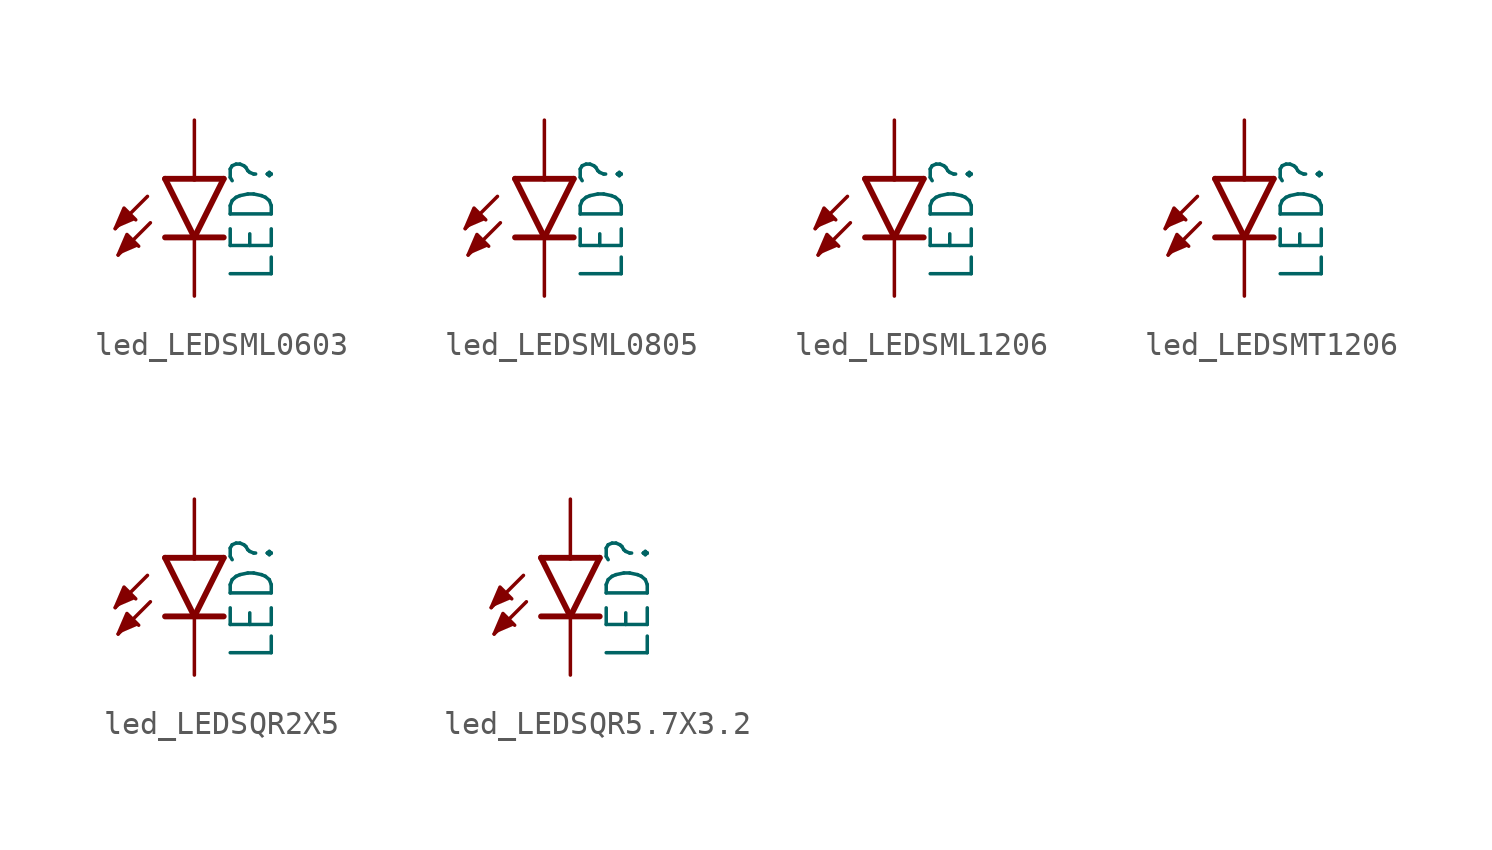
<source format=kicad_sym>
(kicad_symbol_lib
  (version 20231120)
  (generator "kicad_symbol_editor")
  (generator_version "8.0")
  (symbol "led_LEDSML0603"
    (property "Reference" "LED"
      (at 3.556 -4.572 90)
      (effects (font (size 1.778 1.511)) (justify left bottom)))
    (property "Value" ""
      (at 5.715 -4.572 90)
      (effects (font (size 1.778 1.511)) (justify left bottom)))
    (property "ki_locked" ""
      (at 0 0 0)
      (effects (font (size 1.27 1.27))))
    (symbol "led_LEDSML0603_1_0"
      (polyline (pts (xy -2.032 -0.762) (xy -3.429 -2.159)) (stroke (width 0.152) (type solid)) (fill (type none)))
      (polyline (pts (xy -1.905 -1.905) (xy -3.302 -3.302)) (stroke (width 0.152) (type solid)) (fill (type none)))
      (polyline (pts (xy 0 -2.54) (xy -1.27 -2.54)) (stroke (width 0.254) (type solid)) (fill (type none)))
      (polyline (pts (xy 0 -2.54) (xy -1.27 0)) (stroke (width 0.254) (type solid)) (fill (type none)))
      (polyline (pts (xy 0 0) (xy -1.27 0)) (stroke (width 0.254) (type solid)) (fill (type none)))
      (polyline (pts (xy 1.27 -2.54) (xy 0 -2.54)) (stroke (width 0.254) (type solid)) (fill (type none)))
      (polyline (pts (xy 1.27 0) (xy 0 -2.54)) (stroke (width 0.254) (type solid)) (fill (type none)))
      (polyline (pts (xy 1.27 0) (xy 0 0)) (stroke (width 0.254) (type solid)) (fill (type none)))
      (polyline (pts (xy -3.429 -2.159) (xy -3.048 -1.27) (xy -2.54 -1.778)) (stroke (width 0.152) (type solid)) (fill (type outline)))
      (polyline (pts (xy -3.302 -3.302) (xy -2.921 -2.413) (xy -2.413 -2.921)) (stroke (width 0.152) (type solid)) (fill (type outline)))
      (pin passive line (at 0 2.54 270) (length 2.54) (name "A" (effects (font (size 0 0)))) (number "A" (effects (font (size 0 0)))))
      (pin passive line (at 0 -5.08 90) (length 2.54) (name "C" (effects (font (size 0 0)))) (number "C" (effects (font (size 0 0)))))))
  (symbol "led_LEDSML0805"
    (property "Reference" "LED"
      (at 3.556 -4.572 90)
      (effects (font (size 1.778 1.511)) (justify left bottom)))
    (property "Value" ""
      (at 5.715 -4.572 90)
      (effects (font (size 1.778 1.511)) (justify left bottom)))
    (property "ki_locked" ""
      (at 0 0 0)
      (effects (font (size 1.27 1.27))))
    (symbol "led_LEDSML0805_1_0"
      (polyline (pts (xy -2.032 -0.762) (xy -3.429 -2.159)) (stroke (width 0.152) (type solid)) (fill (type none)))
      (polyline (pts (xy -1.905 -1.905) (xy -3.302 -3.302)) (stroke (width 0.152) (type solid)) (fill (type none)))
      (polyline (pts (xy 0 -2.54) (xy -1.27 -2.54)) (stroke (width 0.254) (type solid)) (fill (type none)))
      (polyline (pts (xy 0 -2.54) (xy -1.27 0)) (stroke (width 0.254) (type solid)) (fill (type none)))
      (polyline (pts (xy 0 0) (xy -1.27 0)) (stroke (width 0.254) (type solid)) (fill (type none)))
      (polyline (pts (xy 1.27 -2.54) (xy 0 -2.54)) (stroke (width 0.254) (type solid)) (fill (type none)))
      (polyline (pts (xy 1.27 0) (xy 0 -2.54)) (stroke (width 0.254) (type solid)) (fill (type none)))
      (polyline (pts (xy 1.27 0) (xy 0 0)) (stroke (width 0.254) (type solid)) (fill (type none)))
      (polyline (pts (xy -3.429 -2.159) (xy -3.048 -1.27) (xy -2.54 -1.778)) (stroke (width 0.152) (type solid)) (fill (type outline)))
      (polyline (pts (xy -3.302 -3.302) (xy -2.921 -2.413) (xy -2.413 -2.921)) (stroke (width 0.152) (type solid)) (fill (type outline)))
      (pin passive line (at 0 2.54 270) (length 2.54) (name "A" (effects (font (size 0 0)))) (number "A" (effects (font (size 0 0)))))
      (pin passive line (at 0 -5.08 90) (length 2.54) (name "C" (effects (font (size 0 0)))) (number "C" (effects (font (size 0 0)))))))
  (symbol "led_LEDSML1206"
    (property "Reference" "LED"
      (at 3.556 -4.572 90)
      (effects (font (size 1.778 1.511)) (justify left bottom)))
    (property "Value" ""
      (at 5.715 -4.572 90)
      (effects (font (size 1.778 1.511)) (justify left bottom)))
    (property "ki_locked" ""
      (at 0 0 0)
      (effects (font (size 1.27 1.27))))
    (symbol "led_LEDSML1206_1_0"
      (polyline (pts (xy -2.032 -0.762) (xy -3.429 -2.159)) (stroke (width 0.152) (type solid)) (fill (type none)))
      (polyline (pts (xy -1.905 -1.905) (xy -3.302 -3.302)) (stroke (width 0.152) (type solid)) (fill (type none)))
      (polyline (pts (xy 0 -2.54) (xy -1.27 -2.54)) (stroke (width 0.254) (type solid)) (fill (type none)))
      (polyline (pts (xy 0 -2.54) (xy -1.27 0)) (stroke (width 0.254) (type solid)) (fill (type none)))
      (polyline (pts (xy 0 0) (xy -1.27 0)) (stroke (width 0.254) (type solid)) (fill (type none)))
      (polyline (pts (xy 1.27 -2.54) (xy 0 -2.54)) (stroke (width 0.254) (type solid)) (fill (type none)))
      (polyline (pts (xy 1.27 0) (xy 0 -2.54)) (stroke (width 0.254) (type solid)) (fill (type none)))
      (polyline (pts (xy 1.27 0) (xy 0 0)) (stroke (width 0.254) (type solid)) (fill (type none)))
      (polyline (pts (xy -3.429 -2.159) (xy -3.048 -1.27) (xy -2.54 -1.778)) (stroke (width 0.152) (type solid)) (fill (type outline)))
      (polyline (pts (xy -3.302 -3.302) (xy -2.921 -2.413) (xy -2.413 -2.921)) (stroke (width 0.152) (type solid)) (fill (type outline)))
      (pin passive line (at 0 2.54 270) (length 2.54) (name "A" (effects (font (size 0 0)))) (number "A" (effects (font (size 0 0)))))
      (pin passive line (at 0 -5.08 90) (length 2.54) (name "C" (effects (font (size 0 0)))) (number "C" (effects (font (size 0 0)))))))
  (symbol "led_LEDSMT1206"
    (property "Reference" "LED"
      (at 3.556 -4.572 90)
      (effects (font (size 1.778 1.511)) (justify left bottom)))
    (property "Value" ""
      (at 5.715 -4.572 90)
      (effects (font (size 1.778 1.511)) (justify left bottom)))
    (property "ki_locked" ""
      (at 0 0 0)
      (effects (font (size 1.27 1.27))))
    (symbol "led_LEDSMT1206_1_0"
      (polyline (pts (xy -2.032 -0.762) (xy -3.429 -2.159)) (stroke (width 0.152) (type solid)) (fill (type none)))
      (polyline (pts (xy -1.905 -1.905) (xy -3.302 -3.302)) (stroke (width 0.152) (type solid)) (fill (type none)))
      (polyline (pts (xy 0 -2.54) (xy -1.27 -2.54)) (stroke (width 0.254) (type solid)) (fill (type none)))
      (polyline (pts (xy 0 -2.54) (xy -1.27 0)) (stroke (width 0.254) (type solid)) (fill (type none)))
      (polyline (pts (xy 0 0) (xy -1.27 0)) (stroke (width 0.254) (type solid)) (fill (type none)))
      (polyline (pts (xy 1.27 -2.54) (xy 0 -2.54)) (stroke (width 0.254) (type solid)) (fill (type none)))
      (polyline (pts (xy 1.27 0) (xy 0 -2.54)) (stroke (width 0.254) (type solid)) (fill (type none)))
      (polyline (pts (xy 1.27 0) (xy 0 0)) (stroke (width 0.254) (type solid)) (fill (type none)))
      (polyline (pts (xy -3.429 -2.159) (xy -3.048 -1.27) (xy -2.54 -1.778)) (stroke (width 0.152) (type solid)) (fill (type outline)))
      (polyline (pts (xy -3.302 -3.302) (xy -2.921 -2.413) (xy -2.413 -2.921)) (stroke (width 0.152) (type solid)) (fill (type outline)))
      (pin passive line (at 0 2.54 270) (length 2.54) (name "A" (effects (font (size 0 0)))) (number "A" (effects (font (size 0 0)))))
      (pin passive line (at 0 -5.08 90) (length 2.54) (name "C" (effects (font (size 0 0)))) (number "C" (effects (font (size 0 0)))))))
  (symbol "led_LEDSQR2X5"
    (property "Reference" "LED"
      (at 3.556 -4.572 90)
      (effects (font (size 1.778 1.511)) (justify left bottom)))
    (property "Value" ""
      (at 5.715 -4.572 90)
      (effects (font (size 1.778 1.511)) (justify left bottom)))
    (property "ki_locked" ""
      (at 0 0 0)
      (effects (font (size 1.27 1.27))))
    (symbol "led_LEDSQR2X5_1_0"
      (polyline (pts (xy -2.032 -0.762) (xy -3.429 -2.159)) (stroke (width 0.152) (type solid)) (fill (type none)))
      (polyline (pts (xy -1.905 -1.905) (xy -3.302 -3.302)) (stroke (width 0.152) (type solid)) (fill (type none)))
      (polyline (pts (xy 0 -2.54) (xy -1.27 -2.54)) (stroke (width 0.254) (type solid)) (fill (type none)))
      (polyline (pts (xy 0 -2.54) (xy -1.27 0)) (stroke (width 0.254) (type solid)) (fill (type none)))
      (polyline (pts (xy 0 0) (xy -1.27 0)) (stroke (width 0.254) (type solid)) (fill (type none)))
      (polyline (pts (xy 1.27 -2.54) (xy 0 -2.54)) (stroke (width 0.254) (type solid)) (fill (type none)))
      (polyline (pts (xy 1.27 0) (xy 0 -2.54)) (stroke (width 0.254) (type solid)) (fill (type none)))
      (polyline (pts (xy 1.27 0) (xy 0 0)) (stroke (width 0.254) (type solid)) (fill (type none)))
      (polyline (pts (xy -3.429 -2.159) (xy -3.048 -1.27) (xy -2.54 -1.778)) (stroke (width 0.152) (type solid)) (fill (type outline)))
      (polyline (pts (xy -3.302 -3.302) (xy -2.921 -2.413) (xy -2.413 -2.921)) (stroke (width 0.152) (type solid)) (fill (type outline)))
      (pin passive line (at 0 2.54 270) (length 2.54) (name "A" (effects (font (size 0 0)))) (number "A" (effects (font (size 0 0)))))
      (pin passive line (at 0 -5.08 90) (length 2.54) (name "C" (effects (font (size 0 0)))) (number "K" (effects (font (size 0 0)))))))
  (symbol "led_LEDSQR5.7X3.2"
    (property "Reference" "LED"
      (at 3.556 -4.572 90)
      (effects (font (size 1.778 1.511)) (justify left bottom)))
    (property "Value" ""
      (at 5.715 -4.572 90)
      (effects (font (size 1.778 1.511)) (justify left bottom)))
    (property "ki_locked" ""
      (at 0 0 0)
      (effects (font (size 1.27 1.27))))
    (symbol "led_LEDSQR5.7X3.2_1_0"
      (polyline (pts (xy -2.032 -0.762) (xy -3.429 -2.159)) (stroke (width 0.152) (type solid)) (fill (type none)))
      (polyline (pts (xy -1.905 -1.905) (xy -3.302 -3.302)) (stroke (width 0.152) (type solid)) (fill (type none)))
      (polyline (pts (xy 0 -2.54) (xy -1.27 -2.54)) (stroke (width 0.254) (type solid)) (fill (type none)))
      (polyline (pts (xy 0 -2.54) (xy -1.27 0)) (stroke (width 0.254) (type solid)) (fill (type none)))
      (polyline (pts (xy 0 0) (xy -1.27 0)) (stroke (width 0.254) (type solid)) (fill (type none)))
      (polyline (pts (xy 1.27 -2.54) (xy 0 -2.54)) (stroke (width 0.254) (type solid)) (fill (type none)))
      (polyline (pts (xy 1.27 0) (xy 0 -2.54)) (stroke (width 0.254) (type solid)) (fill (type none)))
      (polyline (pts (xy 1.27 0) (xy 0 0)) (stroke (width 0.254) (type solid)) (fill (type none)))
      (polyline (pts (xy -3.429 -2.159) (xy -3.048 -1.27) (xy -2.54 -1.778)) (stroke (width 0.152) (type solid)) (fill (type outline)))
      (polyline (pts (xy -3.302 -3.302) (xy -2.921 -2.413) (xy -2.413 -2.921)) (stroke (width 0.152) (type solid)) (fill (type outline)))
      (pin passive line (at 0 2.54 270) (length 2.54) (name "A" (effects (font (size 0 0)))) (number "A" (effects (font (size 0 0)))))
      (pin passive line (at 0 -5.08 90) (length 2.54) (name "C" (effects (font (size 0 0)))) (number "K" (effects (font (size 0 0))))))))
</source>
